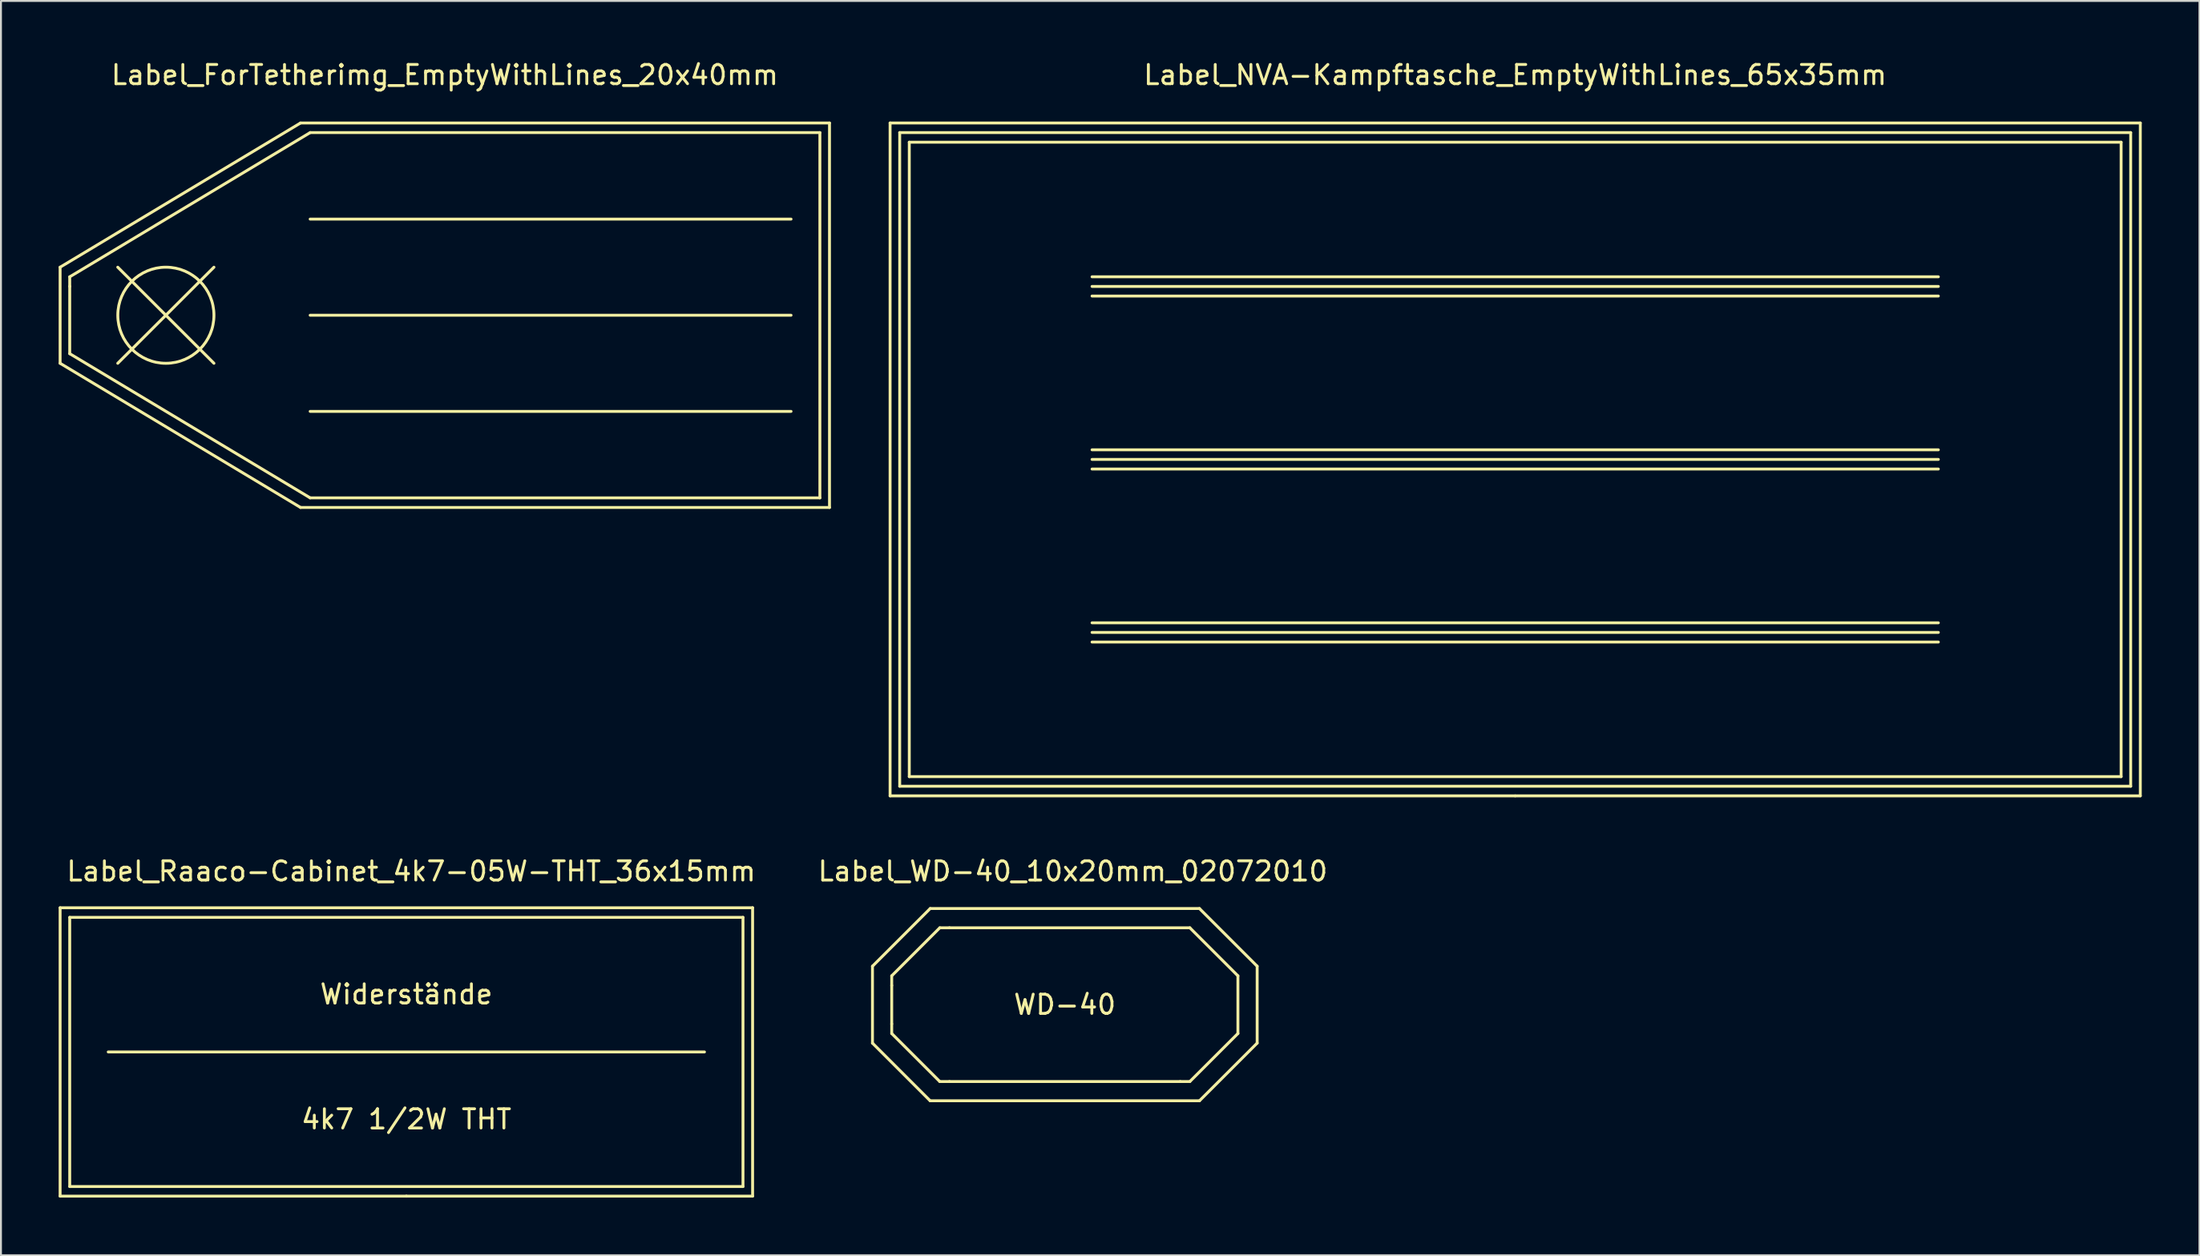
<source format=kicad_pcb>
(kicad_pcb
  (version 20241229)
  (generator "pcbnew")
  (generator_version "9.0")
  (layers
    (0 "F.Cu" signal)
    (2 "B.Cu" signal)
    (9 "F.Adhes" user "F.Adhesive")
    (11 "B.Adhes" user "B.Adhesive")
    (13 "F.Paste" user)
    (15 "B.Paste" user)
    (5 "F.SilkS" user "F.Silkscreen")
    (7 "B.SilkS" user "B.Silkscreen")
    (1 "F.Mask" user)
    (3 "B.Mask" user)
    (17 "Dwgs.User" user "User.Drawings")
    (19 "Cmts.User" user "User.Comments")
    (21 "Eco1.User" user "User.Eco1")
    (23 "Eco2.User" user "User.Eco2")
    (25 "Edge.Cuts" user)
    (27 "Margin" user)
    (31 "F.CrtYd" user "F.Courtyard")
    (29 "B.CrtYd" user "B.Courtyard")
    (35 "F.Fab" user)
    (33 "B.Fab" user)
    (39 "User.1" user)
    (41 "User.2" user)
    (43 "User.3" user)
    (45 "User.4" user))
  (footprint "Label_Raaco-Cabinet_4k7-05W-THT_36x15mm"
    (layer "F.Cu")
    (at 18.076 51.67)
    (property "Reference" "Label_Raaco-Cabinet_4k7-05W-THT_36x15mm" (at 0.254 -9.398 0) (layer "F.SilkS") (effects (font (size 1 1) (thickness 0.15))))
    (attr through_hole)
    (fp_line (start -18.001 -7.501) (end -18.001 7.501) (stroke (width 0.15) (type solid)) (layer "F.SilkS"))
    (fp_line (start -18.001 7.501) (end 0 7.501) (stroke (width 0.15) (type solid)) (layer "F.SilkS"))
    (fp_line (start -17.501 -7) (end 17.501 -7) (stroke (width 0.15) (type solid)) (layer "F.SilkS"))
    (fp_line (start -17.501 7) (end -17.501 -7) (stroke (width 0.15) (type solid)) (layer "F.SilkS"))
    (fp_line (start -15.499 0) (end 15.499 0) (stroke (width 0.15) (type solid)) (layer "F.SilkS"))
    (fp_line (start 0 7.501) (end 18.001 7.501) (stroke (width 0.15) (type solid)) (layer "F.SilkS"))
    (fp_line (start 17.501 -7) (end 17.501 7) (stroke (width 0.15) (type solid)) (layer "F.SilkS"))
    (fp_line (start 17.501 7) (end -17.501 7) (stroke (width 0.15) (type solid)) (layer "F.SilkS"))
    (fp_line (start 18.001 -7.501) (end -18.001 -7.501) (stroke (width 0.15) (type solid)) (layer "F.SilkS"))
    (fp_line (start 18.001 7.501) (end 18.001 -7.501) (stroke (width 0.15) (type solid)) (layer "F.SilkS"))
    (fp_text user "4k7 1/2W THT" (at 0 3.5 0) (layer "F.SilkS") (effects (font (size 1 1) (thickness 0.15))))
    (fp_text user "Widerstände" (at 0 -3 0) (layer "F.SilkS") (effects (font (size 1 1) (thickness 0.15)))))
  (footprint "Label_NVA-Kampftasche_EmptyWithLines_65x35mm"
    (layer "F.Cu")
    (at 75.724 20.848)
    (property "Reference" "Label_NVA-Kampftasche_EmptyWithLines_65x35mm" (at 0 -20 0) (layer "F.SilkS") (effects (font (size 1 1) (thickness 0.15))))
    (attr through_hole)
    (fp_line (start -32.499 -17.501) (end -32.499 17.501) (stroke (width 0.15) (type solid)) (layer "F.SilkS"))
    (fp_line (start -32.499 17.501) (end 0 17.501) (stroke (width 0.15) (type solid)) (layer "F.SilkS"))
    (fp_line (start -31.999 -17) (end 31.999 -17) (stroke (width 0.15) (type solid)) (layer "F.SilkS"))
    (fp_line (start -31.999 17) (end -31.999 -17) (stroke (width 0.15) (type solid)) (layer "F.SilkS"))
    (fp_line (start -31.501 -16.5) (end 31.501 -16.5) (stroke (width 0.15) (type solid)) (layer "F.SilkS"))
    (fp_line (start -31.501 16.5) (end -31.501 -16.5) (stroke (width 0.15) (type solid)) (layer "F.SilkS"))
    (fp_line (start -21.999 -8.999) (end 21.999 -8.999) (stroke (width 0.15) (type solid)) (layer "F.SilkS"))
    (fp_line (start -21.999 -8.499) (end 21.999 -8.499) (stroke (width 0.15) (type solid)) (layer "F.SilkS"))
    (fp_line (start -21.999 -0.5) (end 21.999 -0.5) (stroke (width 0.15) (type solid)) (layer "F.SilkS"))
    (fp_line (start -21.999 0) (end 21.999 0) (stroke (width 0.15) (type solid)) (layer "F.SilkS"))
    (fp_line (start -21.999 0.5) (end 21.999 0.5) (stroke (width 0.15) (type solid)) (layer "F.SilkS"))
    (fp_line (start -21.999 8.499) (end 21.999 8.499) (stroke (width 0.15) (type solid)) (layer "F.SilkS"))
    (fp_line (start 0 17.501) (end 32.499 17.501) (stroke (width 0.15) (type solid)) (layer "F.SilkS"))
    (fp_line (start 21.999 -9.5) (end -21.999 -9.5) (stroke (width 0.15) (type solid)) (layer "F.SilkS"))
    (fp_line (start 21.999 8.999) (end -21.999 8.999) (stroke (width 0.15) (type solid)) (layer "F.SilkS"))
    (fp_line (start 21.999 9.5) (end -21.999 9.5) (stroke (width 0.15) (type solid)) (layer "F.SilkS"))
    (fp_line (start 31.501 -16.5) (end 31.501 16.5) (stroke (width 0.15) (type solid)) (layer "F.SilkS"))
    (fp_line (start 31.501 16.5) (end -31.501 16.5) (stroke (width 0.15) (type solid)) (layer "F.SilkS"))
    (fp_line (start 31.999 -17) (end 31.999 17) (stroke (width 0.15) (type solid)) (layer "F.SilkS"))
    (fp_line (start 31.999 17) (end -31.999 17) (stroke (width 0.15) (type solid)) (layer "F.SilkS"))
    (fp_line (start 32.499 -17.501) (end -32.499 -17.501) (stroke (width 0.15) (type solid)) (layer "F.SilkS"))
    (fp_line (start 32.499 17.501) (end 32.499 -17.501) (stroke (width 0.15) (type solid)) (layer "F.SilkS")))
  (footprint "Label_ForTetherimg_EmptyWithLines_20x40mm"
    (layer "F.Cu")
    (at 20.075 13.348)
    (property "Reference" "Label_ForTetherimg_EmptyWithLines_20x40mm" (at 0 -12.499 0) (layer "F.SilkS") (effects (font (size 1 1) (thickness 0.15))))
    (attr through_hole)
    (fp_line (start -20 -2.499) (end -20 2.499) (stroke (width 0.15) (type solid)) (layer "F.SilkS"))
    (fp_line (start -20 -2.499) (end -7.501 -10) (stroke (width 0.15) (type solid)) (layer "F.SilkS"))
    (fp_line (start -20 2.499) (end -7.501 10) (stroke (width 0.15) (type solid)) (layer "F.SilkS"))
    (fp_line (start -19.5 -1.999) (end -19.5 -1.501) (stroke (width 0.15) (type solid)) (layer "F.SilkS"))
    (fp_line (start -19.5 -1.999) (end -7 -9.5) (stroke (width 0.15) (type solid)) (layer "F.SilkS"))
    (fp_line (start -19.5 1.999) (end -19.5 -1.501) (stroke (width 0.15) (type solid)) (layer "F.SilkS"))
    (fp_line (start -17.003 -2.499) (end -12.002 2.499) (stroke (width 0.15) (type solid)) (layer "F.SilkS"))
    (fp_line (start -17.003 2.499) (end -12.002 -2.499) (stroke (width 0.15) (type solid)) (layer "F.SilkS"))
    (fp_line (start -7.501 -10) (end 20 -10) (stroke (width 0.15) (type solid)) (layer "F.SilkS"))
    (fp_line (start -7 -9.5) (end 19.5 -9.5) (stroke (width 0.15) (type solid)) (layer "F.SilkS"))
    (fp_line (start -7 -5.001) (end 18.001 -5.001) (stroke (width 0.15) (type solid)) (layer "F.SilkS"))
    (fp_line (start -7 0) (end 18.001 0) (stroke (width 0.15) (type solid)) (layer "F.SilkS"))
    (fp_line (start -7 5.001) (end 18.001 5.001) (stroke (width 0.15) (type solid)) (layer "F.SilkS"))
    (fp_line (start -7 9.5) (end -19.5 1.999) (stroke (width 0.15) (type solid)) (layer "F.SilkS"))
    (fp_line (start 19.5 -9.5) (end 19.5 9.5) (stroke (width 0.15) (type solid)) (layer "F.SilkS"))
    (fp_line (start 19.5 9.5) (end -7 9.5) (stroke (width 0.15) (type solid)) (layer "F.SilkS"))
    (fp_line (start 20 -10) (end 20 10) (stroke (width 0.15) (type solid)) (layer "F.SilkS"))
    (fp_line (start 20 10) (end -7.501 10) (stroke (width 0.15) (type solid)) (layer "F.SilkS"))
    (fp_circle (center -14.501 0) (end -12.002 0) (stroke (width 0.15) (type solid)) (fill no) (layer "F.SilkS")))
  (footprint "Label_WD-40_10x20mm_02072010"
    (layer "F.Cu")
    (at 52.723 49.384)
    (property "Reference" "Label_WD-40_10x20mm_02072010" (at 0 -7.112 0) (layer "F.SilkS") (effects (font (size 1 1) (thickness 0.15))))
    (attr through_hole)
    (fp_line (start -10.414 -2.174) (end -10.414 1.826) (stroke (width 0.15) (type solid)) (layer "F.SilkS"))
    (fp_line (start -10.414 -2.174) (end -7.414 -5.174) (stroke (width 0.15) (type solid)) (layer "F.SilkS"))
    (fp_line (start -10.414 1.826) (end -7.414 4.826) (stroke (width 0.15) (type solid)) (layer "F.SilkS"))
    (fp_line (start -9.413 -1.674) (end -6.914 -4.173) (stroke (width 0.15) (type solid)) (layer "F.SilkS"))
    (fp_line (start -9.413 -1.173) (end -9.413 -1.674) (stroke (width 0.15) (type solid)) (layer "F.SilkS"))
    (fp_line (start -9.413 -1.173) (end -9.413 0.826) (stroke (width 0.15) (type solid)) (layer "F.SilkS"))
    (fp_line (start -9.413 0.826) (end -9.413 1.326) (stroke (width 0.15) (type solid)) (layer "F.SilkS"))
    (fp_line (start -9.413 1.326) (end -6.914 3.825) (stroke (width 0.15) (type solid)) (layer "F.SilkS"))
    (fp_line (start -7.414 -5.174) (end 6.586 -5.174) (stroke (width 0.15) (type solid)) (layer "F.SilkS"))
    (fp_line (start -6.914 -4.173) (end -6.413 -4.173) (stroke (width 0.15) (type solid)) (layer "F.SilkS"))
    (fp_line (start -6.914 3.825) (end -6.413 3.825) (stroke (width 0.15) (type solid)) (layer "F.SilkS"))
    (fp_line (start -6.413 3.825) (end 5.585 3.825) (stroke (width 0.15) (type solid)) (layer "F.SilkS"))
    (fp_line (start 6.086 -4.173) (end -6.413 -4.173) (stroke (width 0.15) (type solid)) (layer "F.SilkS"))
    (fp_line (start 6.086 3.825) (end 5.585 3.825) (stroke (width 0.15) (type solid)) (layer "F.SilkS"))
    (fp_line (start 6.586 4.826) (end -7.414 4.826) (stroke (width 0.15) (type solid)) (layer "F.SilkS"))
    (fp_line (start 6.586 4.826) (end 9.586 1.826) (stroke (width 0.15) (type solid)) (layer "F.SilkS"))
    (fp_line (start 8.585 -1.674) (end 6.086 -4.173) (stroke (width 0.15) (type solid)) (layer "F.SilkS"))
    (fp_line (start 8.585 -1.674) (end 8.585 1.326) (stroke (width 0.15) (type solid)) (layer "F.SilkS"))
    (fp_line (start 8.585 1.326) (end 6.086 3.825) (stroke (width 0.15) (type solid)) (layer "F.SilkS"))
    (fp_line (start 9.586 -2.174) (end 6.586 -5.174) (stroke (width 0.15) (type solid)) (layer "F.SilkS"))
    (fp_line (start 9.586 -2.174) (end 9.586 1.826) (stroke (width 0.15) (type solid)) (layer "F.SilkS"))
    (fp_text user "WD-40" (at -0.414 -0.175 0) (layer "F.SilkS") (effects (font (size 1 1) (thickness 0.15)))))
  (gr_rect
    (start -3 -3)
    (end 111.299 62.246)
    (stroke (width 0.1) (type default))
    (fill no)
    (layer "Edge.Cuts")))
</source>
